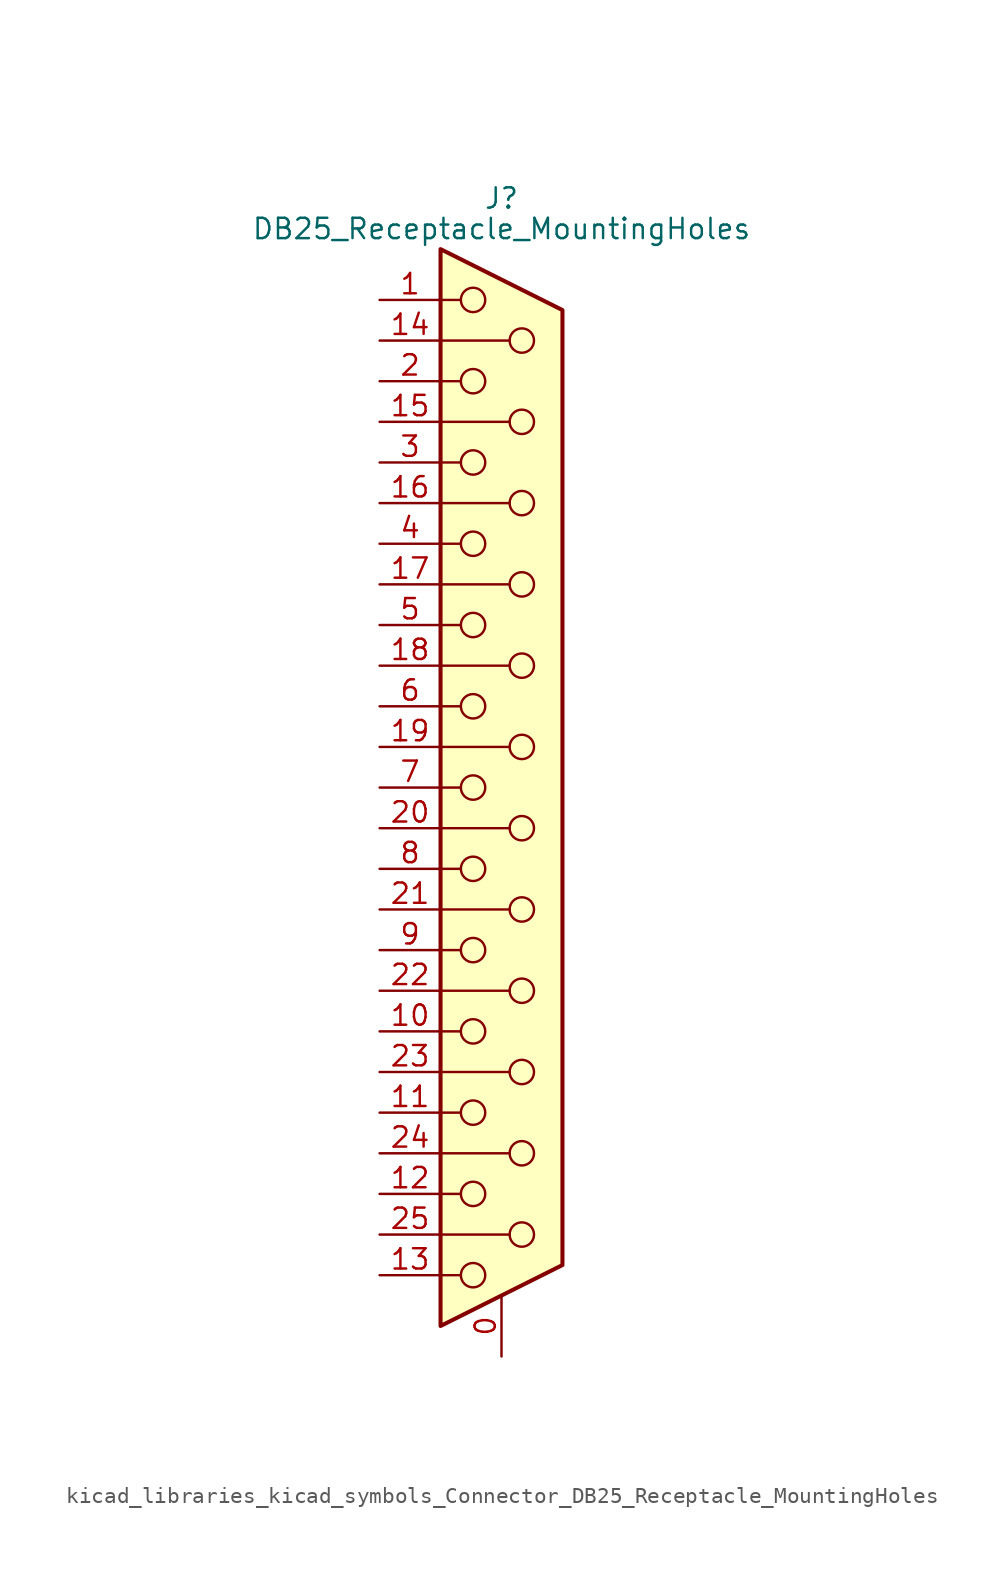
<source format=kicad_sym>
(kicad_symbol_lib
  (version 20220914)
  (generator kicad_symbol_editor)
  (symbol "kicad_libraries_kicad_symbols_Connector_DB25_Receptacle_MountingHoles"
    (pin_names
      (offset 1.016) hide)
    (property "Reference" "J"
      (at 0 36.83 0)
      (effects (font (size 1.27 1.27))))
    (property "Value" "DB25_Receptacle_MountingHoles"
      (at 0 34.925 0)
      (effects (font (size 1.27 1.27))))
    (symbol "kicad_libraries_kicad_symbols_Connector_DB25_Receptacle_MountingHoles_0_1"
      (circle (center -1.778 -30.48) (radius 0.762) (stroke (width 0) (type default)) (fill (type none)))
      (circle (center -1.778 -25.4) (radius 0.762) (stroke (width 0) (type default)) (fill (type none)))
      (circle (center -1.778 -20.32) (radius 0.762) (stroke (width 0) (type default)) (fill (type none)))
      (circle (center -1.778 -15.24) (radius 0.762) (stroke (width 0) (type default)) (fill (type none)))
      (circle (center -1.778 -10.16) (radius 0.762) (stroke (width 0) (type default)) (fill (type none)))
      (circle (center -1.778 -5.08) (radius 0.762) (stroke (width 0) (type default)) (fill (type none)))
      (circle (center -1.778 0) (radius 0.762) (stroke (width 0) (type default)) (fill (type none)))
      (circle (center -1.778 5.08) (radius 0.762) (stroke (width 0) (type default)) (fill (type none)))
      (circle (center -1.778 10.16) (radius 0.762) (stroke (width 0) (type default)) (fill (type none)))
      (circle (center -1.778 15.24) (radius 0.762) (stroke (width 0) (type default)) (fill (type none)))
      (circle (center -1.778 20.32) (radius 0.762) (stroke (width 0) (type default)) (fill (type none)))
      (circle (center -1.778 25.4) (radius 0.762) (stroke (width 0) (type default)) (fill (type none)))
      (circle (center -1.778 30.48) (radius 0.762) (stroke (width 0) (type default)) (fill (type none)))
      (polyline (pts (xy -3.81 -30.48) (xy -2.54 -30.48)) (stroke (width 0) (type default)) (fill (type none)))
      (polyline (pts (xy -3.81 -27.94) (xy 0.508 -27.94)) (stroke (width 0) (type default)) (fill (type none)))
      (polyline (pts (xy -3.81 -25.4) (xy -2.54 -25.4)) (stroke (width 0) (type default)) (fill (type none)))
      (polyline (pts (xy -3.81 -22.86) (xy 0.508 -22.86)) (stroke (width 0) (type default)) (fill (type none)))
      (polyline (pts (xy -3.81 -20.32) (xy -2.54 -20.32)) (stroke (width 0) (type default)) (fill (type none)))
      (polyline (pts (xy -3.81 -17.78) (xy 0.508 -17.78)) (stroke (width 0) (type default)) (fill (type none)))
      (polyline (pts (xy -3.81 -15.24) (xy -2.54 -15.24)) (stroke (width 0) (type default)) (fill (type none)))
      (polyline (pts (xy -3.81 -12.7) (xy 0.508 -12.7)) (stroke (width 0) (type default)) (fill (type none)))
      (polyline (pts (xy -3.81 -10.16) (xy -2.54 -10.16)) (stroke (width 0) (type default)) (fill (type none)))
      (polyline (pts (xy -3.81 -7.62) (xy 0.508 -7.62)) (stroke (width 0) (type default)) (fill (type none)))
      (polyline (pts (xy -3.81 -5.08) (xy -2.54 -5.08)) (stroke (width 0) (type default)) (fill (type none)))
      (polyline (pts (xy -3.81 -2.54) (xy 0.508 -2.54)) (stroke (width 0) (type default)) (fill (type none)))
      (polyline (pts (xy -3.81 0) (xy -2.54 0)) (stroke (width 0) (type default)) (fill (type none)))
      (polyline (pts (xy -3.81 2.54) (xy 0.508 2.54)) (stroke (width 0) (type default)) (fill (type none)))
      (polyline (pts (xy -3.81 5.08) (xy -2.54 5.08)) (stroke (width 0) (type default)) (fill (type none)))
      (polyline (pts (xy -3.81 7.62) (xy 0.508 7.62)) (stroke (width 0) (type default)) (fill (type none)))
      (polyline (pts (xy -3.81 10.16) (xy -2.54 10.16)) (stroke (width 0) (type default)) (fill (type none)))
      (polyline (pts (xy -3.81 12.7) (xy 0.508 12.7)) (stroke (width 0) (type default)) (fill (type none)))
      (polyline (pts (xy -3.81 15.24) (xy -2.54 15.24)) (stroke (width 0) (type default)) (fill (type none)))
      (polyline (pts (xy -3.81 17.78) (xy 0.508 17.78)) (stroke (width 0) (type default)) (fill (type none)))
      (polyline (pts (xy -3.81 20.32) (xy -2.54 20.32)) (stroke (width 0) (type default)) (fill (type none)))
      (polyline (pts (xy -3.81 22.86) (xy 0.508 22.86)) (stroke (width 0) (type default)) (fill (type none)))
      (polyline (pts (xy -3.81 25.4) (xy -2.54 25.4)) (stroke (width 0) (type default)) (fill (type none)))
      (polyline (pts (xy -3.81 27.94) (xy 0.508 27.94)) (stroke (width 0) (type default)) (fill (type none)))
      (polyline (pts (xy -3.81 30.48) (xy -2.54 30.48)) (stroke (width 0) (type default)) (fill (type none)))
      (polyline (pts (xy -3.81 33.655) (xy 3.81 29.845) (xy 3.81 -29.845) (xy -3.81 -33.655) (xy -3.81 33.655)) (stroke (width 0.254) (type default)) (fill (type background)))
      (circle (center 1.27 -27.94) (radius 0.762) (stroke (width 0) (type default)) (fill (type none)))
      (circle (center 1.27 -22.86) (radius 0.762) (stroke (width 0) (type default)) (fill (type none)))
      (circle (center 1.27 -17.78) (radius 0.762) (stroke (width 0) (type default)) (fill (type none)))
      (circle (center 1.27 -12.7) (radius 0.762) (stroke (width 0) (type default)) (fill (type none)))
      (circle (center 1.27 -7.62) (radius 0.762) (stroke (width 0) (type default)) (fill (type none)))
      (circle (center 1.27 -2.54) (radius 0.762) (stroke (width 0) (type default)) (fill (type none)))
      (circle (center 1.27 2.54) (radius 0.762) (stroke (width 0) (type default)) (fill (type none)))
      (circle (center 1.27 7.62) (radius 0.762) (stroke (width 0) (type default)) (fill (type none)))
      (circle (center 1.27 12.7) (radius 0.762) (stroke (width 0) (type default)) (fill (type none)))
      (circle (center 1.27 17.78) (radius 0.762) (stroke (width 0) (type default)) (fill (type none)))
      (circle (center 1.27 22.86) (radius 0.762) (stroke (width 0) (type default)) (fill (type none)))
      (circle (center 1.27 27.94) (radius 0.762) (stroke (width 0) (type default)) (fill (type none))))
    (symbol "kicad_libraries_kicad_symbols_Connector_DB25_Receptacle_MountingHoles_1_1"
      (pin passive line (at 0 -35.56 90) (length 3.81) (name "PAD" (effects (font (size 1.27 1.27)))) (number "0" (effects (font (size 1.27 1.27)))))
      (pin passive line (at -7.62 30.48 0) (length 3.81) (name "1" (effects (font (size 1.27 1.27)))) (number "1" (effects (font (size 1.27 1.27)))))
      (pin passive line (at -7.62 -15.24 0) (length 3.81) (name "10" (effects (font (size 1.27 1.27)))) (number "10" (effects (font (size 1.27 1.27)))))
      (pin passive line (at -7.62 -20.32 0) (length 3.81) (name "11" (effects (font (size 1.27 1.27)))) (number "11" (effects (font (size 1.27 1.27)))))
      (pin passive line (at -7.62 -25.4 0) (length 3.81) (name "12" (effects (font (size 1.27 1.27)))) (number "12" (effects (font (size 1.27 1.27)))))
      (pin passive line (at -7.62 -30.48 0) (length 3.81) (name "13" (effects (font (size 1.27 1.27)))) (number "13" (effects (font (size 1.27 1.27)))))
      (pin passive line (at -7.62 27.94 0) (length 3.81) (name "P14" (effects (font (size 1.27 1.27)))) (number "14" (effects (font (size 1.27 1.27)))))
      (pin passive line (at -7.62 22.86 0) (length 3.81) (name "P15" (effects (font (size 1.27 1.27)))) (number "15" (effects (font (size 1.27 1.27)))))
      (pin passive line (at -7.62 17.78 0) (length 3.81) (name "P16" (effects (font (size 1.27 1.27)))) (number "16" (effects (font (size 1.27 1.27)))))
      (pin passive line (at -7.62 12.7 0) (length 3.81) (name "P17" (effects (font (size 1.27 1.27)))) (number "17" (effects (font (size 1.27 1.27)))))
      (pin passive line (at -7.62 7.62 0) (length 3.81) (name "P18" (effects (font (size 1.27 1.27)))) (number "18" (effects (font (size 1.27 1.27)))))
      (pin passive line (at -7.62 2.54 0) (length 3.81) (name "P19" (effects (font (size 1.27 1.27)))) (number "19" (effects (font (size 1.27 1.27)))))
      (pin passive line (at -7.62 25.4 0) (length 3.81) (name "2" (effects (font (size 1.27 1.27)))) (number "2" (effects (font (size 1.27 1.27)))))
      (pin passive line (at -7.62 -2.54 0) (length 3.81) (name "P20" (effects (font (size 1.27 1.27)))) (number "20" (effects (font (size 1.27 1.27)))))
      (pin passive line (at -7.62 -7.62 0) (length 3.81) (name "P21" (effects (font (size 1.27 1.27)))) (number "21" (effects (font (size 1.27 1.27)))))
      (pin passive line (at -7.62 -12.7 0) (length 3.81) (name "P22" (effects (font (size 1.27 1.27)))) (number "22" (effects (font (size 1.27 1.27)))))
      (pin passive line (at -7.62 -17.78 0) (length 3.81) (name "P23" (effects (font (size 1.27 1.27)))) (number "23" (effects (font (size 1.27 1.27)))))
      (pin passive line (at -7.62 -22.86 0) (length 3.81) (name "P24" (effects (font (size 1.27 1.27)))) (number "24" (effects (font (size 1.27 1.27)))))
      (pin passive line (at -7.62 -27.94 0) (length 3.81) (name "P25" (effects (font (size 1.27 1.27)))) (number "25" (effects (font (size 1.27 1.27)))))
      (pin passive line (at -7.62 20.32 0) (length 3.81) (name "3" (effects (font (size 1.27 1.27)))) (number "3" (effects (font (size 1.27 1.27)))))
      (pin passive line (at -7.62 15.24 0) (length 3.81) (name "4" (effects (font (size 1.27 1.27)))) (number "4" (effects (font (size 1.27 1.27)))))
      (pin passive line (at -7.62 10.16 0) (length 3.81) (name "5" (effects (font (size 1.27 1.27)))) (number "5" (effects (font (size 1.27 1.27)))))
      (pin passive line (at -7.62 5.08 0) (length 3.81) (name "6" (effects (font (size 1.27 1.27)))) (number "6" (effects (font (size 1.27 1.27)))))
      (pin passive line (at -7.62 0 0) (length 3.81) (name "7" (effects (font (size 1.27 1.27)))) (number "7" (effects (font (size 1.27 1.27)))))
      (pin passive line (at -7.62 -5.08 0) (length 3.81) (name "8" (effects (font (size 1.27 1.27)))) (number "8" (effects (font (size 1.27 1.27)))))
      (pin passive line (at -7.62 -10.16 0) (length 3.81) (name "9" (effects (font (size 1.27 1.27)))) (number "9" (effects (font (size 1.27 1.27))))))))
</source>
